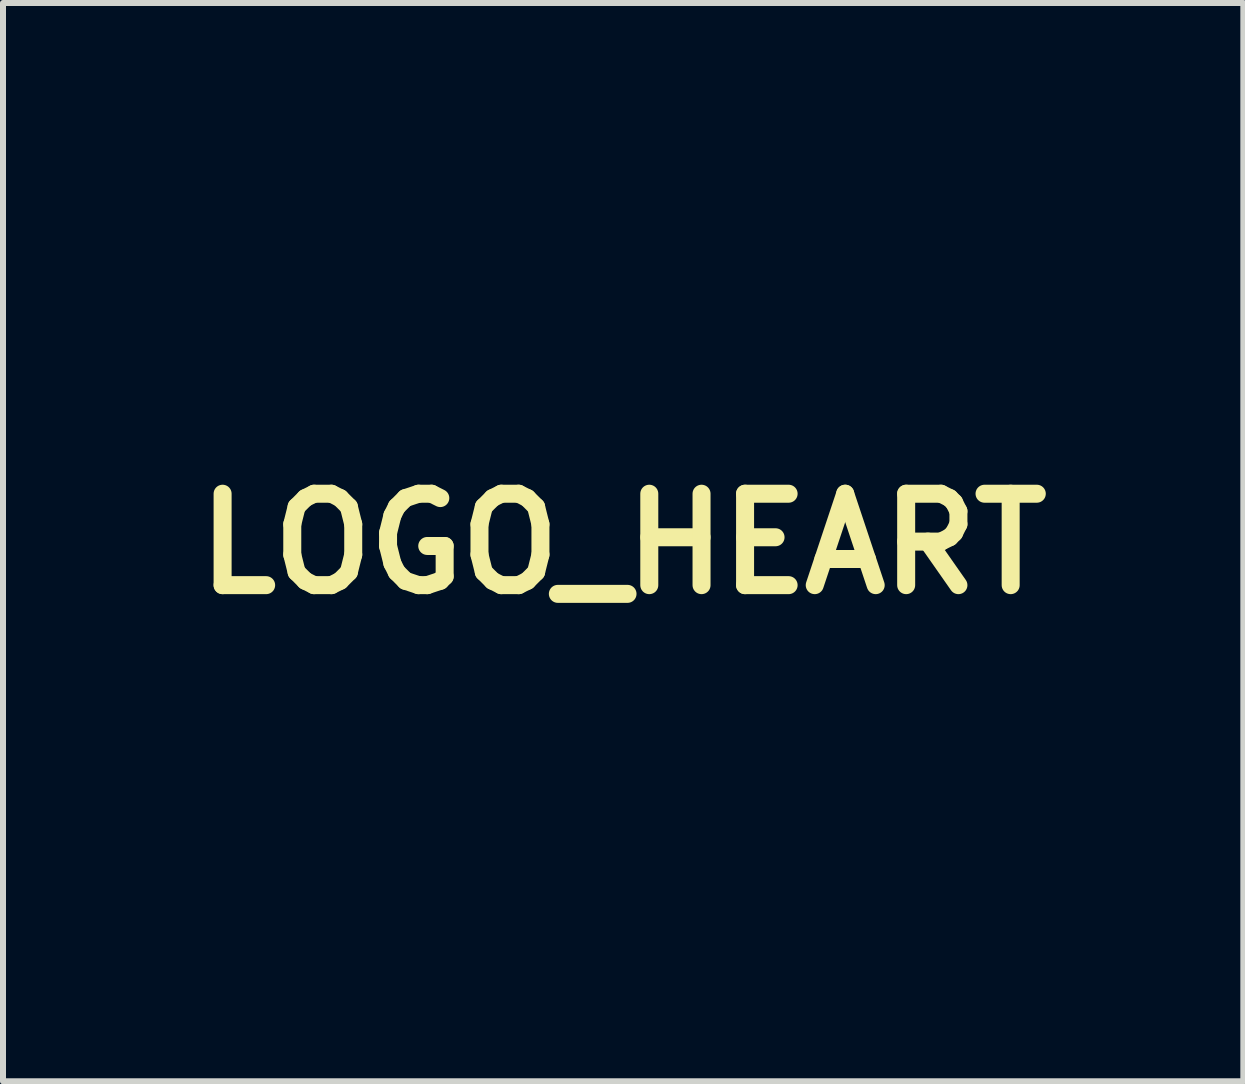
<source format=kicad_pcb>
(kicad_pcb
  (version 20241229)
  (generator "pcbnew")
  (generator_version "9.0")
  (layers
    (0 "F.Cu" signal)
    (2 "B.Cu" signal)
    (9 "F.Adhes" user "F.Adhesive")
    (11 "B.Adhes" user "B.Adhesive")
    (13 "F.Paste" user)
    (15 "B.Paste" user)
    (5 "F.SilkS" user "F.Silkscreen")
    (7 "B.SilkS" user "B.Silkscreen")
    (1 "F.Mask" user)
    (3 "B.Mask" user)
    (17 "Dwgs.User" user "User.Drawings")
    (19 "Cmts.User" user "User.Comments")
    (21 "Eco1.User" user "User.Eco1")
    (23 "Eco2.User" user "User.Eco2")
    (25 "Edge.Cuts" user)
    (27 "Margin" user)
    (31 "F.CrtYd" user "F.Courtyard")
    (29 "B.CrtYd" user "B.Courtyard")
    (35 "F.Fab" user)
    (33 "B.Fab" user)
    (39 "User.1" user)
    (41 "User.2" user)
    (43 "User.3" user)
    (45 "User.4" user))
  (footprint "LOGO_HEART"
    (layer "F.Cu")
    (at 7.337 6.014)
    (property "Reference" "LOGO_HEART" (at 0 0 0) (layer "F.SilkS") (effects (font (size 1.524 1.524) (thickness 0.3))))
    (attr through_hole)
    (fp_poly (pts (xy -1.408 -4.303) (xy -1.415 -4.296) (xy -1.422 -4.303) (xy -1.415 -4.311) (xy -1.408 -4.303)) (stroke (width 0.01) (type solid)) (fill yes) (layer "F.Mask"))
    (fp_poly (pts (xy 0.218 5.697) (xy 0.21 5.704) (xy 0.203 5.697) (xy 0.21 5.69) (xy 0.218 5.697)) (stroke (width 0.01) (type solid)) (fill yes) (layer "F.Mask"))
    (fp_poly (pts (xy -4.4 -0.738) (xy -4.335 -0.708) (xy -4.29 -0.658) (xy -4.263 -0.585) (xy -4.255 -0.521) (xy -4.25 -0.425) (xy -4.065 -0.24) (xy -3.88 -0.056) (xy -3.787 -0.053) (xy -3.715 -0.046) (xy -3.661 -0.025) (xy -3.615 0.014) (xy -3.591 0.043) (xy -3.57 0.091) (xy -3.561 0.154) (xy -3.565 0.221) (xy -3.58 0.282) (xy -3.598 0.315) (xy -3.653 0.366) (xy -3.723 0.397) (xy -3.799 0.407) (xy -3.872 0.394) (xy -3.9 0.381) (xy -3.958 0.339) (xy -3.995 0.286) (xy -4.014 0.215) (xy -4.018 0.173) (xy -4.024 0.076) (xy -4.21 -0.11) (xy -4.397 -0.296) (xy -4.469 -0.292) (xy -4.554 -0.3) (xy -4.625 -0.333) (xy -4.675 -0.382) (xy -4.699 -0.432) (xy -4.711 -0.496) (xy -4.711 -0.563) (xy -4.698 -0.623) (xy -4.682 -0.654) (xy -4.637 -0.704) (xy -4.591 -0.733) (xy -4.532 -0.746) (xy -4.485 -0.747) (xy -4.4 -0.738)) (stroke (width 0.01) (type solid)) (fill yes) (layer "F.Mask"))
    (fp_poly (pts (xy 0.598 3.683) (xy 0.664 3.721) (xy 0.68 3.735) (xy 0.734 3.788) (xy 1.488 3.788) (xy 1.661 3.962) (xy 1.834 4.135) (xy 1.915 4.133) (xy 2.002 4.142) (xy 2.072 4.174) (xy 2.122 4.227) (xy 2.152 4.301) (xy 2.16 4.353) (xy 2.154 4.432) (xy 2.124 4.498) (xy 2.067 4.556) (xy 2.058 4.562) (xy 2.012 4.583) (xy 1.952 4.595) (xy 1.89 4.596) (xy 1.843 4.586) (xy 1.775 4.542) (xy 1.727 4.48) (xy 1.702 4.404) (xy 1.7 4.352) (xy 1.704 4.281) (xy 1.56 4.136) (xy 1.416 3.991) (xy 0.744 3.991) (xy 0.705 4.042) (xy 0.646 4.1) (xy 0.578 4.13) (xy 0.524 4.137) (xy 0.445 4.124) (xy 0.379 4.088) (xy 0.33 4.034) (xy 0.299 3.966) (xy 0.29 3.889) (xy 0.304 3.814) (xy 0.338 3.75) (xy 0.391 3.703) (xy 0.456 3.676) (xy 0.527 3.669) (xy 0.598 3.683)) (stroke (width 0.01) (type solid)) (fill yes) (layer "F.Mask"))
    (fp_poly (pts (xy 5.373 -1.904) (xy 5.44 -1.866) (xy 5.476 -1.829) (xy 5.514 -1.785) (xy 6.443 -1.785) (xy 6.501 -1.847) (xy 6.533 -1.88) (xy 6.558 -1.898) (xy 6.587 -1.906) (xy 6.63 -1.909) (xy 6.657 -1.909) (xy 6.72 -1.906) (xy 6.762 -1.897) (xy 6.793 -1.881) (xy 6.794 -1.88) (xy 6.843 -1.836) (xy 6.872 -1.789) (xy 6.885 -1.731) (xy 6.887 -1.684) (xy 6.882 -1.613) (xy 6.864 -1.56) (xy 6.828 -1.516) (xy 6.794 -1.487) (xy 6.763 -1.47) (xy 6.721 -1.461) (xy 6.659 -1.459) (xy 6.657 -1.459) (xy 6.604 -1.459) (xy 6.57 -1.465) (xy 6.544 -1.478) (xy 6.517 -1.504) (xy 6.501 -1.52) (xy 6.443 -1.582) (xy 5.514 -1.582) (xy 5.476 -1.538) (xy 5.414 -1.485) (xy 5.341 -1.456) (xy 5.264 -1.452) (xy 5.187 -1.475) (xy 5.181 -1.478) (xy 5.119 -1.525) (xy 5.081 -1.587) (xy 5.066 -1.667) (xy 5.065 -1.684) (xy 5.078 -1.767) (xy 5.113 -1.834) (xy 5.169 -1.883) (xy 5.242 -1.911) (xy 5.295 -1.916) (xy 5.373 -1.904)) (stroke (width 0.01) (type solid)) (fill yes) (layer "F.Mask"))
    (fp_poly (pts (xy -1.873 3.106) (xy -1.872 3.106) (xy -1.817 3.142) (xy -1.783 3.187) (xy -1.766 3.248) (xy -1.762 3.306) (xy -1.761 3.398) (xy -1.65 3.51) (xy -1.539 3.622) (xy -1.539 4.368) (xy -1.479 4.424) (xy -1.442 4.462) (xy -1.422 4.496) (xy -1.413 4.538) (xy -1.412 4.553) (xy -1.414 4.642) (xy -1.439 4.715) (xy -1.486 4.769) (xy -1.554 4.803) (xy -1.623 4.815) (xy -1.682 4.815) (xy -1.727 4.805) (xy -1.763 4.786) (xy -1.822 4.74) (xy -1.856 4.681) (xy -1.869 4.604) (xy -1.868 4.566) (xy -1.863 4.515) (xy -1.852 4.481) (xy -1.83 4.451) (xy -1.802 4.424) (xy -1.742 4.368) (xy -1.742 3.693) (xy -1.822 3.614) (xy -1.863 3.574) (xy -1.893 3.55) (xy -1.918 3.54) (xy -1.949 3.537) (xy -1.978 3.538) (xy -2.061 3.53) (xy -2.13 3.498) (xy -2.182 3.446) (xy -2.213 3.377) (xy -2.221 3.312) (xy -2.211 3.232) (xy -2.179 3.169) (xy -2.124 3.12) (xy -2.116 3.115) (xy -2.035 3.083) (xy -1.954 3.08) (xy -1.873 3.106)) (stroke (width 0.01) (type solid)) (fill yes) (layer "F.Mask"))
    (fp_poly (pts (xy 3.013 -2.253) (xy 3.065 -2.236) (xy 3.109 -2.204) (xy 3.143 -2.163) (xy 3.163 -2.119) (xy 3.172 -2.059) (xy 3.171 -1.994) (xy 3.16 -1.936) (xy 3.143 -1.901) (xy 3.1 -1.852) (xy 3.056 -1.823) (xy 3 -1.81) (xy 2.942 -1.807) (xy 2.889 -1.808) (xy 2.854 -1.813) (xy 2.828 -1.826) (xy 2.801 -1.852) (xy 2.785 -1.869) (xy 2.728 -1.93) (xy 1.937 -1.93) (xy 1.215 -1.207) (xy 1.213 -1.115) (xy 1.209 -1.053) (xy 1.197 -1.009) (xy 1.18 -0.978) (xy 1.127 -0.928) (xy 1.059 -0.897) (xy 0.983 -0.885) (xy 0.907 -0.896) (xy 0.874 -0.91) (xy 0.816 -0.953) (xy 0.778 -1.012) (xy 0.758 -1.081) (xy 0.758 -1.154) (xy 0.778 -1.225) (xy 0.818 -1.286) (xy 0.848 -1.313) (xy 0.883 -1.332) (xy 0.93 -1.341) (xy 0.982 -1.344) (xy 1.077 -1.345) (xy 1.471 -1.739) (xy 1.865 -2.134) (xy 2.728 -2.134) (xy 2.785 -2.195) (xy 2.817 -2.228) (xy 2.842 -2.246) (xy 2.871 -2.255) (xy 2.915 -2.257) (xy 2.942 -2.257) (xy 3.013 -2.253)) (stroke (width 0.01) (type solid)) (fill yes) (layer "F.Mask"))
    (fp_poly (pts (xy 5.742 -3.597) (xy 5.806 -3.566) (xy 5.857 -3.514) (xy 5.873 -3.487) (xy 5.897 -3.407) (xy 5.896 -3.33) (xy 5.872 -3.261) (xy 5.827 -3.204) (xy 5.764 -3.163) (xy 5.686 -3.142) (xy 5.663 -3.141) (xy 5.586 -3.14) (xy 5.072 -2.627) (xy 4.027 -2.627) (xy 3.949 -2.548) (xy 3.909 -2.507) (xy 3.886 -2.477) (xy 3.874 -2.449) (xy 3.87 -2.414) (xy 3.869 -2.378) (xy 3.858 -2.294) (xy 3.827 -2.23) (xy 3.775 -2.183) (xy 3.751 -2.17) (xy 3.698 -2.155) (xy 3.634 -2.15) (xy 3.574 -2.154) (xy 3.549 -2.162) (xy 3.506 -2.189) (xy 3.464 -2.233) (xy 3.431 -2.282) (xy 3.417 -2.319) (xy 3.412 -2.405) (xy 3.431 -2.481) (xy 3.471 -2.542) (xy 3.528 -2.586) (xy 3.6 -2.608) (xy 3.659 -2.609) (xy 3.728 -2.603) (xy 3.954 -2.83) (xy 5.001 -2.83) (xy 5.217 -3.048) (xy 5.434 -3.265) (xy 5.435 -3.364) (xy 5.437 -3.422) (xy 5.444 -3.462) (xy 5.46 -3.494) (xy 5.475 -3.516) (xy 5.531 -3.568) (xy 5.598 -3.599) (xy 5.67 -3.609) (xy 5.742 -3.597)) (stroke (width 0.01) (type solid)) (fill yes) (layer "F.Mask"))
    (fp_poly (pts (xy -5.95 -2.51) (xy -5.878 -2.484) (xy -5.853 -2.468) (xy -5.799 -2.415) (xy -5.77 -2.348) (xy -5.764 -2.265) (xy -5.766 -2.249) (xy -5.768 -2.213) (xy -5.764 -2.187) (xy -5.751 -2.162) (xy -5.724 -2.132) (xy -5.691 -2.099) (xy -5.65 -2.059) (xy -5.621 -2.036) (xy -5.597 -2.026) (xy -5.569 -2.025) (xy -5.54 -2.028) (xy -5.458 -2.024) (xy -5.386 -1.996) (xy -5.327 -1.946) (xy -5.287 -1.879) (xy -5.272 -1.812) (xy -5.276 -1.727) (xy -5.305 -1.653) (xy -5.353 -1.594) (xy -5.417 -1.553) (xy -5.494 -1.535) (xy -5.572 -1.54) (xy -5.645 -1.57) (xy -5.709 -1.627) (xy -5.731 -1.656) (xy -5.75 -1.69) (xy -5.759 -1.724) (xy -5.76 -1.771) (xy -5.759 -1.796) (xy -5.754 -1.886) (xy -5.837 -1.969) (xy -5.88 -2.011) (xy -5.911 -2.035) (xy -5.936 -2.047) (xy -5.964 -2.049) (xy -5.985 -2.048) (xy -6.062 -2.057) (xy -6.127 -2.088) (xy -6.178 -2.138) (xy -6.213 -2.201) (xy -6.227 -2.272) (xy -6.219 -2.348) (xy -6.201 -2.395) (xy -6.157 -2.453) (xy -6.096 -2.493) (xy -6.024 -2.512) (xy -5.95 -2.51)) (stroke (width 0.01) (type solid)) (fill yes) (layer "F.Mask"))
    (fp_poly (pts (xy -5.144 -0.747) (xy -5.085 -0.736) (xy -5.05 -0.719) (xy -5.002 -0.676) (xy -4.973 -0.632) (xy -4.959 -0.576) (xy -4.957 -0.518) (xy -4.957 -0.465) (xy -4.962 -0.43) (xy -4.976 -0.405) (xy -5.002 -0.377) (xy -5.018 -0.361) (xy -5.08 -0.304) (xy -5.08 0.211) (xy -5.426 0.556) (xy -5.418 0.631) (xy -5.418 0.718) (xy -5.441 0.787) (xy -5.486 0.842) (xy -5.505 0.857) (xy -5.576 0.892) (xy -5.654 0.902) (xy -5.732 0.888) (xy -5.782 0.862) (xy -5.838 0.808) (xy -5.87 0.737) (xy -5.878 0.668) (xy -5.865 0.589) (xy -5.828 0.523) (xy -5.772 0.472) (xy -5.7 0.442) (xy -5.644 0.435) (xy -5.618 0.435) (xy -5.596 0.43) (xy -5.573 0.418) (xy -5.544 0.396) (xy -5.506 0.36) (xy -5.453 0.308) (xy -5.432 0.286) (xy -5.283 0.137) (xy -5.283 -0.304) (xy -5.345 -0.361) (xy -5.378 -0.393) (xy -5.396 -0.418) (xy -5.404 -0.448) (xy -5.406 -0.491) (xy -5.407 -0.518) (xy -5.402 -0.589) (xy -5.386 -0.641) (xy -5.353 -0.685) (xy -5.313 -0.719) (xy -5.269 -0.739) (xy -5.209 -0.748) (xy -5.144 -0.747)) (stroke (width 0.01) (type solid)) (fill yes) (layer "F.Mask"))
    (fp_poly (pts (xy 2.5 -0.96) (xy 2.565 -0.926) (xy 2.619 -0.872) (xy 2.64 -0.836) (xy 2.661 -0.791) (xy 2.668 -0.756) (xy 2.665 -0.716) (xy 2.66 -0.691) (xy 2.644 -0.617) (xy 2.753 -0.506) (xy 2.862 -0.396) (xy 2.959 -0.403) (xy 3.015 -0.405) (xy 3.053 -0.401) (xy 3.084 -0.389) (xy 3.106 -0.375) (xy 3.148 -0.336) (xy 3.186 -0.281) (xy 3.212 -0.223) (xy 3.222 -0.174) (xy 3.212 -0.123) (xy 3.185 -0.065) (xy 3.147 -0.012) (xy 3.108 0.025) (xy 3.044 0.052) (xy 2.971 0.059) (xy 2.901 0.046) (xy 2.859 0.025) (xy 2.799 -0.027) (xy 2.763 -0.087) (xy 2.747 -0.162) (xy 2.743 -0.195) (xy 2.736 -0.221) (xy 2.723 -0.247) (xy 2.7 -0.277) (xy 2.663 -0.317) (xy 2.609 -0.373) (xy 2.608 -0.374) (xy 2.546 -0.435) (xy 2.5 -0.475) (xy 2.469 -0.496) (xy 2.45 -0.5) (xy 2.421 -0.498) (xy 2.379 -0.505) (xy 2.369 -0.507) (xy 2.298 -0.54) (xy 2.244 -0.592) (xy 2.21 -0.657) (xy 2.197 -0.73) (xy 2.207 -0.805) (xy 2.239 -0.871) (xy 2.293 -0.928) (xy 2.358 -0.961) (xy 2.429 -0.972) (xy 2.5 -0.96)) (stroke (width 0.01) (type solid)) (fill yes) (layer "F.Mask"))
    (fp_poly (pts (xy -2.978 -5.998) (xy -2.912 -5.964) (xy -2.869 -5.922) (xy -2.832 -5.878) (xy -1.268 -5.878) (xy -1.004 -5.613) (xy -0.741 -5.348) (xy -0.642 -5.348) (xy -0.583 -5.346) (xy -0.542 -5.338) (xy -0.508 -5.322) (xy -0.495 -5.314) (xy -0.45 -5.267) (xy -0.414 -5.205) (xy -0.394 -5.14) (xy -0.392 -5.117) (xy -0.403 -5.06) (xy -0.43 -4.999) (xy -0.469 -4.947) (xy -0.499 -4.922) (xy -0.559 -4.896) (xy -0.626 -4.884) (xy -0.688 -4.887) (xy -0.698 -4.89) (xy -0.767 -4.925) (xy -0.821 -4.979) (xy -0.856 -5.044) (xy -0.869 -5.115) (xy -0.867 -5.137) (xy -0.865 -5.155) (xy -0.866 -5.172) (xy -0.873 -5.189) (xy -0.888 -5.212) (xy -0.913 -5.241) (xy -0.95 -5.281) (xy -1.003 -5.335) (xy -1.072 -5.405) (xy -1.101 -5.434) (xy -1.343 -5.675) (xy -2.087 -5.675) (xy -2.831 -5.675) (xy -2.874 -5.626) (xy -2.932 -5.576) (xy -2.996 -5.55) (xy -3.074 -5.547) (xy -3.078 -5.548) (xy -3.151 -5.564) (xy -3.207 -5.599) (xy -3.252 -5.658) (xy -3.263 -5.679) (xy -3.285 -5.732) (xy -3.291 -5.777) (xy -3.288 -5.803) (xy -3.262 -5.885) (xy -3.216 -5.948) (xy -3.152 -5.99) (xy -3.075 -6.008) (xy -3.058 -6.009) (xy -2.978 -5.998)) (stroke (width 0.01) (type solid)) (fill yes) (layer "F.Mask"))
    (fp_poly (pts (xy -6.241 -0.77) (xy -6.177 -0.733) (xy -6.127 -0.677) (xy -6.096 -0.608) (xy -6.086 -0.531) (xy -6.088 -0.515) (xy -6.091 -0.476) (xy -6.088 -0.449) (xy -6.075 -0.425) (xy -6.047 -0.395) (xy -6.02 -0.368) (xy -5.979 -0.33) (xy -5.95 -0.308) (xy -5.922 -0.297) (xy -5.884 -0.294) (xy -5.854 -0.294) (xy -5.795 -0.292) (xy -5.752 -0.282) (xy -5.712 -0.261) (xy -5.705 -0.256) (xy -5.645 -0.202) (xy -5.609 -0.137) (xy -5.594 -0.066) (xy -5.6 0.005) (xy -5.625 0.072) (xy -5.667 0.129) (xy -5.727 0.172) (xy -5.802 0.196) (xy -5.825 0.199) (xy -5.884 0.197) (xy -5.934 0.187) (xy -5.944 0.184) (xy -6.009 0.138) (xy -6.058 0.074) (xy -6.086 -0.003) (xy -6.089 -0.084) (xy -6.089 -0.086) (xy -6.085 -0.12) (xy -6.088 -0.145) (xy -6.101 -0.169) (xy -6.128 -0.199) (xy -6.161 -0.232) (xy -6.203 -0.272) (xy -6.234 -0.296) (xy -6.261 -0.308) (xy -6.295 -0.312) (xy -6.319 -0.313) (xy -6.403 -0.326) (xy -6.471 -0.362) (xy -6.521 -0.419) (xy -6.533 -0.441) (xy -6.556 -0.513) (xy -6.555 -0.58) (xy -6.529 -0.651) (xy -6.528 -0.654) (xy -6.483 -0.713) (xy -6.419 -0.757) (xy -6.347 -0.781) (xy -6.314 -0.784) (xy -6.241 -0.77)) (stroke (width 0.01) (type solid)) (fill yes) (layer "F.Mask"))
    (fp_poly (pts (xy 4.795 -1.307) (xy 4.845 -1.281) (xy 4.882 -1.253) (xy 4.908 -1.226) (xy 4.914 -1.216) (xy 4.918 -1.21) (xy 4.925 -1.204) (xy 4.94 -1.2) (xy 4.964 -1.197) (xy 5.001 -1.195) (xy 5.052 -1.193) (xy 5.12 -1.191) (xy 5.208 -1.191) (xy 5.319 -1.19) (xy 5.455 -1.19) (xy 5.534 -1.19) (xy 6.146 -1.19) (xy 6.429 -0.909) (xy 6.535 -0.908) (xy 6.594 -0.906) (xy 6.634 -0.9) (xy 6.664 -0.887) (xy 6.686 -0.871) (xy 6.742 -0.809) (xy 6.772 -0.737) (xy 6.776 -0.659) (xy 6.754 -0.58) (xy 6.742 -0.558) (xy 6.706 -0.511) (xy 6.663 -0.477) (xy 6.657 -0.474) (xy 6.59 -0.455) (xy 6.514 -0.453) (xy 6.443 -0.468) (xy 6.435 -0.471) (xy 6.38 -0.51) (xy 6.339 -0.569) (xy 6.316 -0.64) (xy 6.314 -0.675) (xy 6.313 -0.707) (xy 6.309 -0.732) (xy 6.297 -0.756) (xy 6.275 -0.785) (xy 6.238 -0.823) (xy 6.194 -0.868) (xy 6.074 -0.987) (xy 4.934 -0.987) (xy 4.891 -0.938) (xy 4.832 -0.887) (xy 4.766 -0.861) (xy 4.69 -0.859) (xy 4.61 -0.88) (xy 4.548 -0.922) (xy 4.506 -0.984) (xy 4.486 -1.063) (xy 4.485 -1.091) (xy 4.498 -1.169) (xy 4.532 -1.234) (xy 4.584 -1.282) (xy 4.649 -1.312) (xy 4.72 -1.321) (xy 4.795 -1.307)) (stroke (width 0.01) (type solid)) (fill yes) (layer "F.Mask"))
    (fp_poly (pts (xy 4.39 -5.501) (xy 4.455 -5.467) (xy 4.506 -5.417) (xy 4.521 -5.391) (xy 4.541 -5.322) (xy 4.54 -5.249) (xy 4.521 -5.181) (xy 4.491 -5.136) (xy 4.431 -5.085) (xy 4.37 -5.058) (xy 4.298 -5.053) (xy 4.294 -5.053) (xy 4.222 -5.057) (xy 3.878 -4.713) (xy 3.534 -4.369) (xy 2.574 -4.369) (xy 2.383 -4.369) (xy 2.22 -4.369) (xy 2.081 -4.368) (xy 1.965 -4.368) (xy 1.87 -4.367) (xy 1.794 -4.366) (xy 1.734 -4.365) (xy 1.689 -4.363) (xy 1.656 -4.361) (xy 1.633 -4.358) (xy 1.618 -4.354) (xy 1.61 -4.35) (xy 1.606 -4.345) (xy 1.604 -4.34) (xy 1.586 -4.316) (xy 1.553 -4.287) (xy 1.533 -4.275) (xy 1.46 -4.245) (xy 1.382 -4.238) (xy 1.31 -4.253) (xy 1.281 -4.267) (xy 1.222 -4.319) (xy 1.187 -4.387) (xy 1.176 -4.467) (xy 1.185 -4.547) (xy 1.213 -4.609) (xy 1.264 -4.659) (xy 1.274 -4.666) (xy 1.344 -4.697) (xy 1.422 -4.703) (xy 1.499 -4.683) (xy 1.536 -4.663) (xy 1.573 -4.635) (xy 1.599 -4.608) (xy 1.605 -4.598) (xy 1.608 -4.593) (xy 1.614 -4.588) (xy 1.627 -4.584) (xy 1.647 -4.581) (xy 1.678 -4.579) (xy 1.72 -4.577) (xy 1.777 -4.575) (xy 1.85 -4.574) (xy 1.941 -4.573) (xy 2.054 -4.572) (xy 2.188 -4.572) (xy 2.348 -4.572) (xy 2.535 -4.572) (xy 3.46 -4.572) (xy 3.769 -4.88) (xy 4.078 -5.189) (xy 4.078 -5.273) (xy 4.086 -5.353) (xy 4.111 -5.415) (xy 4.157 -5.464) (xy 4.176 -5.479) (xy 4.243 -5.508) (xy 4.317 -5.515) (xy 4.39 -5.501)) (stroke (width 0.01) (type solid)) (fill yes) (layer "F.Mask"))
    (fp_poly (pts (xy 5.191 -4.682) (xy 5.218 -4.67) (xy 5.275 -4.623) (xy 5.311 -4.561) (xy 5.327 -4.492) (xy 5.322 -4.421) (xy 5.297 -4.353) (xy 5.252 -4.297) (xy 5.216 -4.271) (xy 5.168 -4.25) (xy 5.118 -4.239) (xy 5.107 -4.238) (xy 5.086 -4.237) (xy 5.066 -4.23) (xy 5.042 -4.216) (xy 5.011 -4.191) (xy 4.97 -4.153) (xy 4.914 -4.099) (xy 4.864 -4.049) (xy 4.674 -3.861) (xy 3.506 -3.861) (xy 3.045 -3.396) (xy 2.584 -2.932) (xy 1.188 -2.932) (xy 0.218 -1.958) (xy 0.218 -1.874) (xy 0.207 -1.79) (xy 0.172 -1.721) (xy 0.114 -1.665) (xy 0.067 -1.644) (xy 0.007 -1.632) (xy -0.055 -1.631) (xy -0.102 -1.641) (xy -0.17 -1.685) (xy -0.218 -1.747) (xy -0.243 -1.824) (xy -0.247 -1.865) (xy -0.234 -1.948) (xy -0.197 -2.015) (xy -0.137 -2.066) (xy -0.083 -2.09) (xy -0.032 -2.099) (xy 0.017 -2.099) (xy 0.022 -2.098) (xy 0.034 -2.096) (xy 0.045 -2.097) (xy 0.059 -2.101) (xy 0.076 -2.111) (xy 0.099 -2.128) (xy 0.129 -2.154) (xy 0.168 -2.19) (xy 0.219 -2.239) (xy 0.282 -2.301) (xy 0.36 -2.378) (xy 0.455 -2.472) (xy 0.568 -2.585) (xy 0.587 -2.604) (xy 1.102 -3.12) (xy 2.497 -3.122) (xy 3.424 -4.049) (xy 4.005 -4.05) (xy 4.586 -4.051) (xy 4.739 -4.202) (xy 4.799 -4.262) (xy 4.84 -4.306) (xy 4.866 -4.336) (xy 4.878 -4.358) (xy 4.881 -4.373) (xy 4.877 -4.382) (xy 4.865 -4.427) (xy 4.864 -4.485) (xy 4.872 -4.546) (xy 4.883 -4.578) (xy 4.92 -4.633) (xy 4.977 -4.672) (xy 5.045 -4.695) (xy 5.119 -4.699) (xy 5.191 -4.682)) (stroke (width 0.01) (type solid)) (fill yes) (layer "F.Mask"))
    (fp_poly (pts (xy 2.605 -4.078) (xy 2.668 -4.044) (xy 2.738 -3.982) (xy 2.784 -3.908) (xy 2.805 -3.818) (xy 2.807 -3.774) (xy 2.796 -3.676) (xy 2.761 -3.596) (xy 2.701 -3.528) (xy 2.668 -3.503) (xy 2.582 -3.462) (xy 2.492 -3.446) (xy 2.403 -3.455) (xy 2.32 -3.488) (xy 2.248 -3.542) (xy 2.198 -3.606) (xy 2.16 -3.672) (xy 0.84 -3.672) (xy 0.816 -3.626) (xy 0.772 -3.563) (xy 0.714 -3.507) (xy 0.67 -3.477) (xy 0.605 -3.456) (xy 0.528 -3.447) (xy 0.454 -3.453) (xy 0.426 -3.46) (xy 0.338 -3.501) (xy 0.271 -3.561) (xy 0.24 -3.605) (xy 0.203 -3.694) (xy 0.193 -3.776) (xy 0.392 -3.776) (xy 0.402 -3.726) (xy 0.431 -3.684) (xy 0.48 -3.649) (xy 0.533 -3.643) (xy 0.586 -3.665) (xy 0.611 -3.686) (xy 0.646 -3.737) (xy 0.651 -3.775) (xy 2.351 -3.775) (xy 2.364 -3.718) (xy 2.396 -3.676) (xy 2.441 -3.65) (xy 2.493 -3.645) (xy 2.546 -3.662) (xy 2.572 -3.682) (xy 2.604 -3.73) (xy 2.612 -3.782) (xy 2.598 -3.832) (xy 2.567 -3.873) (xy 2.519 -3.899) (xy 2.482 -3.904) (xy 2.427 -3.891) (xy 2.383 -3.857) (xy 2.356 -3.808) (xy 2.351 -3.775) (xy 0.651 -3.775) (xy 0.653 -3.79) (xy 0.633 -3.842) (xy 0.612 -3.865) (xy 0.563 -3.897) (xy 0.514 -3.904) (xy 0.467 -3.892) (xy 0.429 -3.863) (xy 0.402 -3.823) (xy 0.392 -3.776) (xy 0.193 -3.776) (xy 0.192 -3.783) (xy 0.205 -3.868) (xy 0.24 -3.945) (xy 0.295 -4.011) (xy 0.367 -4.061) (xy 0.453 -4.092) (xy 0.53 -4.1) (xy 0.623 -4.087) (xy 0.706 -4.047) (xy 0.775 -3.982) (xy 0.816 -3.921) (xy 0.84 -3.875) (xy 2.16 -3.875) (xy 2.204 -3.946) (xy 2.264 -4.019) (xy 2.34 -4.07) (xy 2.425 -4.097) (xy 2.515 -4.1) (xy 2.605 -4.078)) (stroke (width 0.01) (type solid)) (fill yes) (layer "F.Mask"))
    (fp_poly (pts (xy -1.481 2.354) (xy -1.39 2.374) (xy -1.312 2.417) (xy -1.25 2.478) (xy -1.207 2.555) (xy -1.187 2.642) (xy -1.191 2.735) (xy -1.197 2.76) (xy -1.218 2.838) (xy -1.001 3.055) (xy -0.784 3.273) (xy -0.784 4.668) (xy -0.708 4.718) (xy -0.635 4.782) (xy -0.586 4.859) (xy -0.56 4.945) (xy -0.56 5.036) (xy -0.585 5.126) (xy -0.63 5.203) (xy -0.689 5.258) (xy -0.766 5.296) (xy -0.852 5.316) (xy -0.94 5.314) (xy -0.975 5.307) (xy -1.064 5.269) (xy -1.134 5.21) (xy -1.182 5.133) (xy -1.207 5.042) (xy -1.21 4.994) (xy -1.016 4.994) (xy -1.004 5.051) (xy -0.972 5.093) (xy -0.926 5.118) (xy -0.874 5.122) (xy -0.822 5.105) (xy -0.795 5.085) (xy -0.762 5.036) (xy -0.754 4.984) (xy -0.767 4.934) (xy -0.799 4.893) (xy -0.848 4.868) (xy -0.888 4.862) (xy -0.947 4.875) (xy -0.99 4.91) (xy -1.013 4.963) (xy -1.016 4.994) (xy -1.21 4.994) (xy -1.211 4.986) (xy -1.198 4.895) (xy -1.164 4.815) (xy -1.112 4.75) (xy -1.046 4.706) (xy -1.02 4.696) (xy -0.987 4.686) (xy -0.987 3.345) (xy -1.361 2.972) (xy -1.409 2.988) (xy -1.497 3.005) (xy -1.585 2.996) (xy -1.668 2.965) (xy -1.739 2.913) (xy -1.794 2.845) (xy -1.822 2.781) (xy -1.84 2.684) (xy -1.84 2.682) (xy -1.64 2.682) (xy -1.627 2.735) (xy -1.597 2.779) (xy -1.562 2.801) (xy -1.532 2.812) (xy -1.507 2.813) (xy -1.476 2.802) (xy -1.462 2.796) (xy -1.412 2.762) (xy -1.386 2.712) (xy -1.385 2.649) (xy -1.385 2.649) (xy -1.407 2.597) (xy -1.447 2.562) (xy -1.498 2.547) (xy -1.552 2.554) (xy -1.604 2.584) (xy -1.607 2.586) (xy -1.634 2.63) (xy -1.64 2.682) (xy -1.84 2.682) (xy -1.834 2.598) (xy -1.8 2.52) (xy -1.754 2.459) (xy -1.682 2.398) (xy -1.601 2.363) (xy -1.508 2.353) (xy -1.481 2.354)) (stroke (width 0.01) (type solid)) (fill yes) (layer "F.Mask"))
    (fp_poly (pts (xy -6.48 -3.325) (xy -6.399 -3.289) (xy -6.332 -3.234) (xy -6.282 -3.164) (xy -6.253 -3.083) (xy -6.247 -2.995) (xy -6.265 -2.905) (xy -6.284 -2.861) (xy -6.323 -2.804) (xy -6.375 -2.753) (xy -6.43 -2.717) (xy -6.44 -2.713) (xy -6.473 -2.7) (xy -6.473 -1.952) (xy -5.928 -1.407) (xy -5.834 -1.431) (xy -5.775 -1.444) (xy -5.731 -1.448) (xy -5.691 -1.442) (xy -5.681 -1.439) (xy -5.595 -1.402) (xy -5.526 -1.345) (xy -5.474 -1.273) (xy -5.443 -1.191) (xy -5.433 -1.105) (xy -5.448 -1.018) (xy -5.48 -0.95) (xy -5.538 -0.88) (xy -5.612 -0.828) (xy -5.695 -0.796) (xy -5.781 -0.787) (xy -5.864 -0.802) (xy -5.865 -0.803) (xy -5.955 -0.85) (xy -6.023 -0.916) (xy -6.044 -0.948) (xy -6.081 -1.033) (xy -6.092 -1.118) (xy -6.088 -1.143) (xy -5.891 -1.143) (xy -5.89 -1.092) (xy -5.865 -1.041) (xy -5.854 -1.028) (xy -5.804 -0.993) (xy -5.75 -0.985) (xy -5.699 -1.005) (xy -5.669 -1.032) (xy -5.639 -1.085) (xy -5.634 -1.14) (xy -5.651 -1.189) (xy -5.689 -1.227) (xy -5.726 -1.242) (xy -5.786 -1.245) (xy -5.835 -1.226) (xy -5.871 -1.19) (xy -5.891 -1.143) (xy -6.088 -1.143) (xy -6.081 -1.191) (xy -6.063 -1.266) (xy -6.37 -1.573) (xy -6.677 -1.88) (xy -6.677 -2.694) (xy -6.753 -2.744) (xy -6.828 -2.809) (xy -6.878 -2.886) (xy -6.903 -2.972) (xy -6.902 -3.012) (xy -6.706 -3.012) (xy -6.693 -2.954) (xy -6.658 -2.913) (xy -6.605 -2.891) (xy -6.575 -2.888) (xy -6.523 -2.896) (xy -6.483 -2.921) (xy -6.48 -2.924) (xy -6.452 -2.97) (xy -6.446 -3.022) (xy -6.461 -3.073) (xy -6.492 -3.116) (xy -6.537 -3.143) (xy -6.575 -3.15) (xy -6.626 -3.136) (xy -6.67 -3.102) (xy -6.698 -3.053) (xy -6.706 -3.012) (xy -6.902 -3.012) (xy -6.9 -3.064) (xy -6.887 -3.115) (xy -6.843 -3.201) (xy -6.779 -3.269) (xy -6.699 -3.315) (xy -6.606 -3.337) (xy -6.575 -3.338) (xy -6.48 -3.325)) (stroke (width 0.01) (type solid)) (fill yes) (layer "F.Mask"))
    (fp_poly (pts (xy 2.015 -1.537) (xy 2.091 -1.509) (xy 2.156 -1.46) (xy 2.206 -1.392) (xy 2.209 -1.386) (xy 2.241 -1.321) (xy 2.983 -1.321) (xy 3.795 -0.508) (xy 4.453 -0.508) (xy 4.492 -0.574) (xy 4.549 -0.647) (xy 4.618 -0.697) (xy 4.695 -0.726) (xy 4.776 -0.733) (xy 4.856 -0.722) (xy 4.931 -0.692) (xy 4.997 -0.645) (xy 5.05 -0.582) (xy 5.085 -0.504) (xy 5.099 -0.413) (xy 5.099 -0.406) (xy 5.086 -0.315) (xy 5.05 -0.234) (xy 4.995 -0.167) (xy 4.926 -0.116) (xy 4.846 -0.084) (xy 4.76 -0.075) (xy 4.673 -0.092) (xy 4.672 -0.093) (xy 4.584 -0.138) (xy 4.515 -0.204) (xy 4.491 -0.24) (xy 4.453 -0.305) (xy 3.723 -0.305) (xy 3.63 -0.397) (xy 4.643 -0.397) (xy 4.656 -0.351) (xy 4.684 -0.312) (xy 4.723 -0.286) (xy 4.77 -0.276) (xy 4.82 -0.287) (xy 4.863 -0.318) (xy 4.898 -0.367) (xy 4.906 -0.406) (xy 4.893 -0.456) (xy 4.863 -0.495) (xy 4.812 -0.53) (xy 4.758 -0.538) (xy 4.706 -0.519) (xy 4.681 -0.497) (xy 4.65 -0.447) (xy 4.643 -0.397) (xy 3.63 -0.397) (xy 3.317 -0.711) (xy 2.91 -1.118) (xy 2.241 -1.118) (xy 2.211 -1.055) (xy 2.163 -0.988) (xy 2.095 -0.936) (xy 2.013 -0.902) (xy 1.925 -0.89) (xy 1.878 -0.894) (xy 1.79 -0.92) (xy 1.717 -0.969) (xy 1.66 -1.034) (xy 1.621 -1.112) (xy 1.602 -1.197) (xy 1.604 -1.22) (xy 1.799 -1.22) (xy 1.809 -1.17) (xy 1.837 -1.128) (xy 1.874 -1.099) (xy 1.92 -1.089) (xy 1.93 -1.089) (xy 1.979 -1.096) (xy 2.017 -1.121) (xy 2.024 -1.128) (xy 2.056 -1.181) (xy 2.061 -1.237) (xy 2.039 -1.29) (xy 2.02 -1.311) (xy 1.971 -1.342) (xy 1.922 -1.349) (xy 1.875 -1.337) (xy 1.836 -1.308) (xy 1.81 -1.268) (xy 1.799 -1.22) (xy 1.604 -1.22) (xy 1.607 -1.284) (xy 1.637 -1.37) (xy 1.645 -1.383) (xy 1.7 -1.453) (xy 1.77 -1.504) (xy 1.849 -1.535) (xy 1.932 -1.546) (xy 2.015 -1.537)) (stroke (width 0.01) (type solid)) (fill yes) (layer "F.Mask"))
    (fp_poly (pts (xy -3.001 -5.354) (xy -2.951 -5.335) (xy -2.876 -5.285) (xy -2.818 -5.218) (xy -2.781 -5.138) (xy -2.765 -5.052) (xy -2.773 -4.965) (xy -2.795 -4.905) (xy -2.801 -4.892) (xy -2.801 -4.878) (xy -2.795 -4.862) (xy -2.779 -4.84) (xy -2.752 -4.808) (xy -2.71 -4.764) (xy -2.651 -4.705) (xy -2.601 -4.654) (xy -2.387 -4.441) (xy -1.671 -4.441) (xy -1.654 -4.493) (xy -1.62 -4.559) (xy -1.567 -4.621) (xy -1.504 -4.669) (xy -1.494 -4.674) (xy -1.403 -4.707) (xy -1.312 -4.711) (xy -1.221 -4.687) (xy -1.15 -4.649) (xy -1.087 -4.592) (xy -1.043 -4.519) (xy -1.02 -4.436) (xy -1.018 -4.349) (xy -1.037 -4.264) (xy -1.078 -4.187) (xy -1.1 -4.161) (xy -1.169 -4.106) (xy -1.249 -4.07) (xy -1.334 -4.055) (xy -1.416 -4.062) (xy -1.44 -4.069) (xy -1.512 -4.102) (xy -1.568 -4.145) (xy -1.613 -4.194) (xy -1.659 -4.253) (xy -2.479 -4.253) (xy -2.61 -4.384) (xy -1.475 -4.384) (xy -1.464 -4.333) (xy -1.435 -4.29) (xy -1.391 -4.261) (xy -1.344 -4.253) (xy -1.297 -4.262) (xy -1.259 -4.282) (xy -1.222 -4.328) (xy -1.21 -4.383) (xy -1.226 -4.44) (xy -1.264 -4.488) (xy -1.315 -4.512) (xy -1.371 -4.511) (xy -1.426 -4.484) (xy -1.432 -4.479) (xy -1.465 -4.435) (xy -1.475 -4.384) (xy -2.61 -4.384) (xy -2.717 -4.491) (xy -2.955 -4.729) (xy -3.052 -4.721) (xy -3.152 -4.723) (xy -3.237 -4.747) (xy -3.31 -4.796) (xy -3.33 -4.815) (xy -3.386 -4.892) (xy -3.417 -4.979) (xy -3.42 -5.031) (xy -3.222 -5.031) (xy -3.209 -4.979) (xy -3.175 -4.938) (xy -3.126 -4.913) (xy -3.078 -4.911) (xy -3.028 -4.93) (xy -2.994 -4.957) (xy -2.965 -5.009) (xy -2.961 -5.064) (xy -2.982 -5.115) (xy -3.026 -5.153) (xy -3.042 -5.161) (xy -3.081 -5.174) (xy -3.113 -5.171) (xy -3.141 -5.161) (xy -3.19 -5.131) (xy -3.215 -5.086) (xy -3.222 -5.031) (xy -3.42 -5.031) (xy -3.422 -5.069) (xy -3.401 -5.157) (xy -3.354 -5.24) (xy -3.343 -5.253) (xy -3.27 -5.318) (xy -3.186 -5.357) (xy -3.095 -5.369) (xy -3.001 -5.354)) (stroke (width 0.01) (type solid)) (fill yes) (layer "F.Mask"))
    (fp_poly (pts (xy 0.427 2.959) (xy 0.512 2.996) (xy 0.582 3.058) (xy 0.626 3.124) (xy 0.654 3.179) (xy 2.743 3.179) (xy 2.771 3.122) (xy 2.826 3.044) (xy 2.899 2.988) (xy 2.987 2.956) (xy 3.088 2.949) (xy 3.091 2.949) (xy 3.151 2.955) (xy 3.195 2.967) (xy 3.237 2.991) (xy 3.253 3.002) (xy 3.321 3.066) (xy 3.365 3.14) (xy 3.388 3.22) (xy 3.39 3.303) (xy 3.372 3.383) (xy 3.337 3.456) (xy 3.284 3.518) (xy 3.216 3.565) (xy 3.134 3.593) (xy 3.073 3.599) (xy 2.982 3.587) (xy 2.899 3.552) (xy 2.83 3.499) (xy 2.78 3.43) (xy 2.779 3.427) (xy 2.75 3.368) (xy 1.697 3.367) (xy 0.644 3.367) (xy 0.619 3.425) (xy 0.58 3.484) (xy 0.521 3.537) (xy 0.453 3.576) (xy 0.437 3.583) (xy 0.37 3.596) (xy 0.296 3.597) (xy 0.229 3.586) (xy 0.208 3.579) (xy 0.127 3.529) (xy 0.065 3.464) (xy 0.024 3.386) (xy 0.004 3.302) (xy 0.005 3.266) (xy 0.203 3.266) (xy 0.209 3.316) (xy 0.23 3.354) (xy 0.271 3.385) (xy 0.328 3.41) (xy 0.341 3.406) (xy 0.371 3.396) (xy 0.376 3.395) (xy 0.422 3.365) (xy 0.453 3.318) (xy 0.459 3.283) (xy 2.934 3.283) (xy 2.951 3.335) (xy 2.992 3.377) (xy 3.01 3.388) (xy 3.041 3.403) (xy 3.06 3.408) (xy 3.081 3.404) (xy 3.114 3.39) (xy 3.163 3.357) (xy 3.191 3.311) (xy 3.197 3.259) (xy 3.186 3.223) (xy 3.146 3.169) (xy 3.098 3.141) (xy 3.045 3.138) (xy 2.993 3.162) (xy 2.974 3.178) (xy 2.941 3.228) (xy 2.934 3.283) (xy 0.459 3.283) (xy 0.463 3.263) (xy 0.451 3.209) (xy 0.45 3.207) (xy 0.421 3.176) (xy 0.377 3.15) (xy 0.331 3.136) (xy 0.319 3.135) (xy 0.281 3.148) (xy 0.244 3.179) (xy 0.215 3.221) (xy 0.203 3.264) (xy 0.203 3.266) (xy 0.005 3.266) (xy 0.007 3.216) (xy 0.034 3.132) (xy 0.083 3.06) (xy 0.154 2.997) (xy 0.231 2.96) (xy 0.318 2.946) (xy 0.326 2.946) (xy 0.427 2.959)) (stroke (width 0.01) (type solid)) (fill yes) (layer "F.Mask"))
    (fp_poly (pts (xy 6.449 -3.405) (xy 6.527 -3.38) (xy 6.603 -3.335) (xy 6.665 -3.275) (xy 6.691 -3.237) (xy 6.72 -3.158) (xy 6.728 -3.07) (xy 6.717 -2.982) (xy 6.694 -2.921) (xy 6.642 -2.851) (xy 6.571 -2.796) (xy 6.488 -2.762) (xy 6.401 -2.749) (xy 6.332 -2.757) (xy 6.265 -2.774) (xy 5.901 -2.41) (xy 5.537 -2.047) (xy 4.608 -2.047) (xy 4.376 -1.814) (xy 4.144 -1.582) (xy 3.851 -1.582) (xy 3.806 -1.511) (xy 3.745 -1.437) (xy 3.667 -1.386) (xy 3.579 -1.36) (xy 3.484 -1.36) (xy 3.436 -1.37) (xy 3.35 -1.408) (xy 3.282 -1.467) (xy 3.235 -1.544) (xy 3.211 -1.636) (xy 3.208 -1.684) (xy 3.396 -1.684) (xy 3.409 -1.631) (xy 3.443 -1.589) (xy 3.491 -1.562) (xy 3.546 -1.554) (xy 3.6 -1.568) (xy 3.602 -1.569) (xy 3.627 -1.592) (xy 3.65 -1.629) (xy 3.652 -1.634) (xy 3.664 -1.673) (xy 3.662 -1.705) (xy 3.652 -1.733) (xy 3.62 -1.783) (xy 3.574 -1.809) (xy 3.527 -1.814) (xy 3.477 -1.801) (xy 3.434 -1.768) (xy 3.404 -1.722) (xy 3.396 -1.684) (xy 3.208 -1.684) (xy 3.22 -1.775) (xy 3.255 -1.859) (xy 3.308 -1.928) (xy 3.377 -1.977) (xy 3.41 -1.991) (xy 3.507 -2.01) (xy 3.601 -2.003) (xy 3.687 -1.971) (xy 3.761 -1.915) (xy 3.806 -1.856) (xy 3.851 -1.785) (xy 4.072 -1.785) (xy 4.303 -2.017) (xy 4.535 -2.25) (xy 5.464 -2.25) (xy 5.794 -2.579) (xy 6.123 -2.908) (xy 6.099 -2.953) (xy 6.082 -3.009) (xy 6.078 -3.055) (xy 6.273 -3.055) (xy 6.299 -3.004) (xy 6.313 -2.989) (xy 6.364 -2.954) (xy 6.418 -2.947) (xy 6.471 -2.969) (xy 6.491 -2.985) (xy 6.524 -3.034) (xy 6.534 -3.087) (xy 6.521 -3.137) (xy 6.489 -3.178) (xy 6.441 -3.203) (xy 6.403 -3.208) (xy 6.358 -3.202) (xy 6.324 -3.181) (xy 6.308 -3.163) (xy 6.276 -3.108) (xy 6.273 -3.055) (xy 6.078 -3.055) (xy 6.077 -3.079) (xy 6.084 -3.151) (xy 6.104 -3.214) (xy 6.156 -3.292) (xy 6.226 -3.353) (xy 6.308 -3.392) (xy 6.397 -3.408) (xy 6.449 -3.405)) (stroke (width 0.01) (type solid)) (fill yes) (layer "F.Mask"))
    (fp_poly (pts (xy 0.163 0.68) (xy 0.245 0.71) (xy 0.319 0.762) (xy 0.38 0.836) (xy 0.399 0.869) (xy 0.416 0.925) (xy 0.423 0.995) (xy 0.42 1.065) (xy 0.406 1.118) (xy 0.387 1.164) (xy 0.58 1.357) (xy 0.773 1.55) (xy 0.821 1.53) (xy 0.908 1.508) (xy 0.997 1.512) (xy 1.081 1.54) (xy 1.156 1.588) (xy 1.215 1.655) (xy 1.241 1.704) (xy 1.261 1.783) (xy 1.26 1.87) (xy 1.242 1.955) (xy 1.206 2.03) (xy 1.166 2.078) (xy 1.096 2.124) (xy 1.012 2.151) (xy 0.924 2.16) (xy 0.839 2.148) (xy 0.806 2.135) (xy 0.733 2.089) (xy 0.672 2.027) (xy 0.644 1.984) (xy 0.622 1.921) (xy 0.613 1.847) (xy 0.613 1.842) (xy 0.808 1.842) (xy 0.827 1.899) (xy 0.833 1.908) (xy 0.876 1.953) (xy 0.927 1.97) (xy 0.983 1.959) (xy 1.002 1.95) (xy 1.047 1.909) (xy 1.069 1.86) (xy 1.07 1.808) (xy 1.05 1.76) (xy 1.01 1.723) (xy 0.956 1.703) (xy 0.918 1.701) (xy 0.887 1.713) (xy 0.856 1.738) (xy 0.818 1.787) (xy 0.808 1.842) (xy 0.613 1.842) (xy 0.617 1.776) (xy 0.624 1.749) (xy 0.642 1.695) (xy 0.463 1.514) (xy 0.403 1.454) (xy 0.349 1.402) (xy 0.305 1.359) (xy 0.274 1.331) (xy 0.261 1.321) (xy 0.236 1.317) (xy 0.193 1.319) (xy 0.16 1.324) (xy 0.067 1.328) (xy -0.018 1.308) (xy -0.092 1.268) (xy -0.152 1.211) (xy -0.197 1.141) (xy -0.224 1.063) (xy -0.229 1.001) (xy -0.029 1.001) (xy -0.017 1.059) (xy 0.014 1.102) (xy 0.058 1.128) (xy 0.108 1.134) (xy 0.158 1.118) (xy 0.195 1.087) (xy 0.22 1.046) (xy 0.232 1.006) (xy 0.232 1.001) (xy 0.223 0.962) (xy 0.198 0.92) (xy 0.195 0.916) (xy 0.149 0.88) (xy 0.098 0.869) (xy 0.049 0.879) (xy 0.007 0.908) (xy -0.021 0.954) (xy -0.029 1.001) (xy -0.229 1.001) (xy -0.231 0.98) (xy -0.215 0.897) (xy -0.175 0.816) (xy -0.157 0.792) (xy -0.087 0.728) (xy -0.008 0.688) (xy 0.077 0.673) (xy 0.163 0.68)) (stroke (width 0.01) (type solid)) (fill yes) (layer "F.Mask"))
    (fp_poly (pts (xy 3.395 -5.902) (xy 3.454 -5.886) (xy 3.459 -5.884) (xy 3.538 -5.83) (xy 3.596 -5.762) (xy 3.633 -5.684) (xy 3.649 -5.601) (xy 3.643 -5.518) (xy 3.617 -5.438) (xy 3.57 -5.367) (xy 3.501 -5.309) (xy 3.463 -5.289) (xy 3.371 -5.261) (xy 3.28 -5.258) (xy 3.193 -5.281) (xy 3.116 -5.326) (xy 3.054 -5.394) (xy 3.033 -5.43) (xy 3.004 -5.486) (xy 1.593 -5.486) (xy 1.325 -5.217) (xy 1.233 -5.124) (xy 1.162 -5.05) (xy 1.111 -4.993) (xy 1.079 -4.954) (xy 1.066 -4.931) (xy 1.066 -4.926) (xy 1.084 -4.838) (xy 1.078 -4.749) (xy 1.047 -4.664) (xy 0.996 -4.589) (xy 0.926 -4.53) (xy 0.912 -4.522) (xy 0.846 -4.497) (xy 0.768 -4.485) (xy 0.692 -4.488) (xy 0.627 -4.504) (xy 0.617 -4.509) (xy 0.544 -4.56) (xy 0.48 -4.63) (xy 0.461 -4.658) (xy 0.437 -4.718) (xy 0.428 -4.793) (xy 0.429 -4.801) (xy 0.623 -4.801) (xy 0.639 -4.747) (xy 0.647 -4.734) (xy 0.69 -4.695) (xy 0.743 -4.679) (xy 0.798 -4.687) (xy 0.847 -4.719) (xy 0.853 -4.725) (xy 0.882 -4.777) (xy 0.885 -4.832) (xy 0.864 -4.882) (xy 0.822 -4.921) (xy 0.806 -4.929) (xy 0.749 -4.939) (xy 0.698 -4.926) (xy 0.657 -4.895) (xy 0.631 -4.852) (xy 0.623 -4.801) (xy 0.429 -4.801) (xy 0.433 -4.871) (xy 0.453 -4.942) (xy 0.461 -4.959) (xy 0.515 -5.034) (xy 0.586 -5.091) (xy 0.668 -5.126) (xy 0.755 -5.138) (xy 0.843 -5.125) (xy 0.867 -5.116) (xy 0.92 -5.093) (xy 1.211 -5.384) (xy 1.42 -5.593) (xy 3.193 -5.593) (xy 3.202 -5.531) (xy 3.231 -5.488) (xy 3.27 -5.464) (xy 3.308 -5.449) (xy 3.331 -5.445) (xy 3.355 -5.451) (xy 3.371 -5.459) (xy 3.411 -5.49) (xy 3.441 -5.537) (xy 3.454 -5.588) (xy 3.454 -5.592) (xy 3.442 -5.635) (xy 3.41 -5.676) (xy 3.369 -5.707) (xy 3.326 -5.719) (xy 3.274 -5.706) (xy 3.229 -5.674) (xy 3.2 -5.629) (xy 3.193 -5.593) (xy 1.42 -5.593) (xy 1.502 -5.675) (xy 2.254 -5.675) (xy 3.005 -5.675) (xy 3.018 -5.71) (xy 3.047 -5.76) (xy 3.093 -5.812) (xy 3.147 -5.857) (xy 3.186 -5.88) (xy 3.249 -5.899) (xy 3.323 -5.906) (xy 3.395 -5.902)) (stroke (width 0.01) (type solid)) (fill yes) (layer "F.Mask"))
    (fp_poly (pts (xy 1.273 4.387) (xy 1.334 4.399) (xy 1.354 4.407) (xy 1.437 4.463) (xy 1.498 4.537) (xy 1.534 4.623) (xy 1.544 4.71) (xy 1.531 4.808) (xy 1.493 4.891) (xy 1.431 4.958) (xy 1.346 5.008) (xy 1.329 5.015) (xy 1.273 5.029) (xy 1.21 5.033) (xy 1.148 5.029) (xy 1.099 5.017) (xy 1.079 5.006) (xy 1.07 5.003) (xy 1.054 5.008) (xy 1.032 5.024) (xy 0.998 5.052) (xy 0.952 5.095) (xy 0.891 5.155) (xy 0.817 5.228) (xy 0.741 5.304) (xy 0.683 5.363) (xy 0.642 5.407) (xy 0.614 5.439) (xy 0.598 5.462) (xy 0.591 5.478) (xy 0.591 5.491) (xy 0.596 5.502) (xy 0.596 5.503) (xy 0.606 5.536) (xy 0.613 5.586) (xy 0.615 5.624) (xy 0.603 5.717) (xy 0.567 5.8) (xy 0.511 5.868) (xy 0.44 5.918) (xy 0.357 5.948) (xy 0.267 5.954) (xy 0.227 5.948) (xy 0.134 5.914) (xy 0.058 5.858) (xy 0.001 5.781) (xy -0.029 5.705) (xy -0.037 5.624) (xy 0.16 5.624) (xy 0.172 5.682) (xy 0.204 5.724) (xy 0.249 5.75) (xy 0.3 5.756) (xy 0.352 5.74) (xy 0.388 5.711) (xy 0.417 5.659) (xy 0.42 5.604) (xy 0.399 5.552) (xy 0.355 5.512) (xy 0.347 5.507) (xy 0.292 5.494) (xy 0.24 5.504) (xy 0.196 5.535) (xy 0.167 5.581) (xy 0.16 5.624) (xy -0.037 5.624) (xy -0.038 5.617) (xy -0.022 5.529) (xy 0.017 5.447) (xy 0.077 5.377) (xy 0.114 5.348) (xy 0.183 5.317) (xy 0.265 5.301) (xy 0.347 5.303) (xy 0.384 5.312) (xy 0.439 5.33) (xy 0.678 5.091) (xy 0.917 4.853) (xy 0.9 4.789) (xy 0.89 4.702) (xy 1.089 4.702) (xy 1.099 4.763) (xy 1.131 4.806) (xy 1.166 4.827) (xy 1.199 4.841) (xy 1.218 4.845) (xy 1.239 4.84) (xy 1.269 4.827) (xy 1.319 4.795) (xy 1.344 4.749) (xy 1.35 4.702) (xy 1.337 4.653) (xy 1.303 4.609) (xy 1.257 4.58) (xy 1.219 4.572) (xy 1.17 4.585) (xy 1.126 4.619) (xy 1.096 4.664) (xy 1.089 4.702) (xy 0.89 4.702) (xy 0.89 4.698) (xy 0.905 4.609) (xy 0.945 4.527) (xy 1.005 4.457) (xy 1.084 4.405) (xy 1.136 4.39) (xy 1.204 4.384) (xy 1.273 4.387)) (stroke (width 0.01) (type solid)) (fill yes) (layer "F.Mask"))
    (fp_poly (pts (xy -3.715 -5.953) (xy -3.636 -5.923) (xy -3.566 -5.874) (xy -3.512 -5.808) (xy -3.476 -5.727) (xy -3.462 -5.633) (xy -3.462 -5.631) (xy -3.475 -5.534) (xy -3.515 -5.45) (xy -3.579 -5.381) (xy -3.611 -5.357) (xy -3.687 -5.308) (xy -3.687 -4.245) (xy -3.429 -3.988) (xy -3.171 -3.73) (xy -2.329 -3.731) (xy -1.488 -3.732) (xy -1.444 -3.8) (xy -1.39 -3.863) (xy -1.32 -3.916) (xy -1.244 -3.95) (xy -1.207 -3.958) (xy -1.122 -3.956) (xy -1.038 -3.929) (xy -0.962 -3.881) (xy -0.9 -3.817) (xy -0.869 -3.766) (xy -0.849 -3.695) (xy -0.843 -3.613) (xy -0.854 -3.534) (xy -0.864 -3.501) (xy -0.91 -3.425) (xy -0.975 -3.364) (xy -1.052 -3.321) (xy -1.136 -3.299) (xy -1.22 -3.302) (xy -1.248 -3.308) (xy -1.319 -3.339) (xy -1.385 -3.384) (xy -1.438 -3.436) (xy -1.47 -3.49) (xy -1.473 -3.497) (xy -1.475 -3.503) (xy -1.48 -3.508) (xy -1.488 -3.513) (xy -1.503 -3.517) (xy -1.526 -3.519) (xy -1.56 -3.522) (xy -1.607 -3.524) (xy -1.669 -3.525) (xy -1.748 -3.526) (xy -1.847 -3.526) (xy -1.967 -3.527) (xy -2.11 -3.527) (xy -2.28 -3.527) (xy -2.363 -3.527) (xy -3.244 -3.527) (xy -3.335 -3.618) (xy -1.301 -3.618) (xy -1.287 -3.57) (xy -1.255 -3.53) (xy -1.21 -3.506) (xy -1.159 -3.499) (xy -1.106 -3.515) (xy -1.097 -3.52) (xy -1.056 -3.562) (xy -1.037 -3.614) (xy -1.043 -3.668) (xy -1.045 -3.671) (xy -1.079 -3.722) (xy -1.125 -3.751) (xy -1.177 -3.759) (xy -1.228 -3.745) (xy -1.271 -3.709) (xy -1.292 -3.673) (xy -1.301 -3.618) (xy -3.335 -3.618) (xy -3.89 -4.173) (xy -3.89 -5.306) (xy -3.966 -5.356) (xy -4.036 -5.419) (xy -4.084 -5.494) (xy -4.111 -5.577) (xy -4.113 -5.634) (xy -3.919 -5.634) (xy -3.909 -5.584) (xy -3.88 -5.542) (xy -3.83 -5.507) (xy -3.777 -5.499) (xy -3.725 -5.519) (xy -3.695 -5.546) (xy -3.663 -5.601) (xy -3.659 -5.656) (xy -3.684 -5.707) (xy -3.698 -5.723) (xy -3.747 -5.755) (xy -3.797 -5.762) (xy -3.843 -5.749) (xy -3.882 -5.721) (xy -3.909 -5.681) (xy -3.919 -5.634) (xy -4.113 -5.634) (xy -4.114 -5.663) (xy -4.095 -5.748) (xy -4.054 -5.825) (xy -3.99 -5.89) (xy -3.974 -5.902) (xy -3.889 -5.944) (xy -3.801 -5.96) (xy -3.715 -5.953)) (stroke (width 0.01) (type solid)) (fill yes) (layer "F.Mask"))
    (fp_poly (pts (xy -4.538 -4.8) (xy -4.491 -4.787) (xy -4.449 -4.759) (xy -4.424 -4.734) (xy -4.375 -4.664) (xy -4.355 -4.59) (xy -4.362 -4.516) (xy -4.398 -4.445) (xy -4.435 -4.402) (xy -4.499 -4.34) (xy -4.499 -4.036) (xy -3.729 -3.266) (xy -2.344 -3.266) (xy -1.97 -2.892) (xy -1.597 -2.518) (xy -1.597 -1.684) (xy -1.321 -1.684) (xy -1.321 -2.185) (xy -1.089 -2.417) (xy -1.022 -2.484) (xy -0.962 -2.546) (xy -0.913 -2.599) (xy -0.878 -2.64) (xy -0.859 -2.665) (xy -0.856 -2.67) (xy -0.868 -2.692) (xy -0.896 -2.715) (xy -0.898 -2.716) (xy -0.939 -2.753) (xy -0.973 -2.809) (xy -0.994 -2.871) (xy -0.998 -2.931) (xy -0.997 -2.932) (xy -0.974 -3.009) (xy -0.93 -3.073) (xy -0.869 -3.12) (xy -0.798 -3.146) (xy -0.762 -3.149) (xy -0.697 -3.137) (xy -0.632 -3.106) (xy -0.581 -3.061) (xy -0.567 -3.043) (xy -0.533 -2.964) (xy -0.527 -2.887) (xy -0.549 -2.814) (xy -0.6 -2.747) (xy -0.61 -2.737) (xy -0.645 -2.702) (xy -0.662 -2.672) (xy -0.667 -2.635) (xy -0.668 -2.623) (xy -0.668 -2.602) (xy -0.672 -2.583) (xy -0.681 -2.563) (xy -0.699 -2.539) (xy -0.727 -2.506) (xy -0.768 -2.462) (xy -0.825 -2.405) (xy -0.893 -2.337) (xy -1.118 -2.112) (xy -1.118 -1.684) (xy -0.842 -1.684) (xy -0.842 -2.185) (xy -0.501 -2.525) (xy -0.16 -2.866) (xy -0.16 -4.144) (xy -0.227 -4.18) (xy -0.303 -4.235) (xy -0.359 -4.308) (xy -0.392 -4.392) (xy -0.4 -4.473) (xy -0.203 -4.473) (xy -0.193 -4.423) (xy -0.164 -4.38) (xy -0.114 -4.346) (xy -0.061 -4.338) (xy -0.009 -4.357) (xy 0.02 -4.384) (xy 0.052 -4.44) (xy 0.056 -4.495) (xy 0.032 -4.546) (xy 0.017 -4.562) (xy -0.032 -4.594) (xy -0.081 -4.601) (xy -0.128 -4.588) (xy -0.166 -4.56) (xy -0.193 -4.52) (xy -0.203 -4.473) (xy -0.4 -4.473) (xy -0.401 -4.483) (xy -0.394 -4.534) (xy -0.36 -4.629) (xy -0.304 -4.704) (xy -0.237 -4.756) (xy -0.19 -4.779) (xy -0.145 -4.792) (xy -0.089 -4.796) (xy -0.071 -4.796) (xy -0.012 -4.793) (xy 0.032 -4.785) (xy 0.074 -4.766) (xy 0.096 -4.752) (xy 0.167 -4.697) (xy 0.215 -4.63) (xy 0.246 -4.544) (xy 0.248 -4.535) (xy 0.258 -4.477) (xy 0.256 -4.43) (xy 0.248 -4.394) (xy 0.21 -4.305) (xy 0.156 -4.234) (xy 0.102 -4.193) (xy 0.044 -4.16) (xy 0.044 -2.794) (xy -0.298 -2.453) (xy -0.639 -2.112) (xy -0.639 -1.687) (xy -0.584 -1.677) (xy -0.476 -1.644) (xy -0.385 -1.589) (xy -0.313 -1.514) (xy -0.263 -1.422) (xy -0.239 -1.331) (xy -0.229 -1.263) (xy 0.196 -1.263) (xy 0.885 -1.952) (xy 1.575 -2.642) (xy 3.129 -2.642) (xy 3.549 -3.062) (xy 3.97 -3.483) (xy 4.479 -3.484) (xy 4.987 -3.485) (xy 5.302 -3.8) (xy 5.616 -4.115) (xy 5.596 -4.173) (xy 5.578 -4.239) (xy 5.577 -4.272) (xy 5.776 -4.272) (xy 5.784 -4.223) (xy 5.795 -4.205) (xy 5.823 -4.179) (xy 5.861 -4.157) (xy 5.898 -4.144) (xy 5.919 -4.144) (xy 5.944 -4.151) (xy 5.95 -4.151) (xy 5.967 -4.16) (xy 5.995 -4.182) (xy 6 -4.187) (xy 6.032 -4.234) (xy 6.038 -4.288) (xy 6.019 -4.341) (xy 5.996 -4.37) (xy 5.947 -4.404) (xy 5.907 -4.412) (xy 5.858 -4.4) (xy 5.816 -4.367) (xy 5.788 -4.322) (xy 5.776 -4.272) (xy 5.577 -4.272) (xy 5.577 -4.3) (xy 5.593 -4.369) (xy 5.597 -4.379) (xy 5.638 -4.463) (xy 5.696 -4.527) (xy 5.766 -4.571) (xy 5.844 -4.595) (xy 5.926 -4.6) (xy 6.006 -4.586) (xy 6.081 -4.552) (xy 6.147 -4.498) (xy 6.198 -4.425) (xy 6.22 -4.372) (xy 6.236 -4.281) (xy 6.226 -4.194) (xy 6.193 -4.114) (xy 6.142 -4.046) (xy 6.074 -3.993) (xy 5.994 -3.96) (xy 5.904 -3.951) (xy 5.878 -3.953) (xy 5.831 -3.959) (xy 5.793 -3.967) (xy 5.784 -3.969) (xy 5.772 -3.968) (xy 5.754 -3.958) (xy 5.727 -3.938) (xy 5.689 -3.905) (xy 5.639 -3.858) (xy 5.574 -3.795) (xy 5.492 -3.714) (xy 5.415 -3.636) (xy 5.075 -3.295) (xy 4.573 -3.295) (xy 4.071 -3.295) (xy 3.229 -2.453) (xy 2.446 -2.453) (xy 1.662 -2.453) (xy 0.973 -1.763) (xy 0.284 -1.074) (xy -0.232 -1.074) (xy -0.232 -0.784) (xy 1.604 -0.784) (xy 2.112 -0.276) (xy 2.619 0.232) (xy 4.204 0.232) (xy 4.454 0.232) (xy 4.678 0.232) (xy 4.875 0.232) (xy 5.048 0.232) (xy 5.198 0.231) (xy 5.327 0.23) (xy 5.437 0.23) (xy 5.529 0.229) (xy 5.604 0.227) (xy 5.665 0.226) (xy 5.713 0.224) (xy 5.749 0.222) (xy 5.776 0.219) (xy 5.794 0.217) (xy 5.805 0.213) (xy 5.811 0.21) (xy 5.812 0.209) (xy 5.83 0.186) (xy 5.835 0.174) (xy 5.846 0.15) (xy 5.874 0.116) (xy 5.912 0.08) (xy 5.953 0.047) (xy 5.987 0.027) (xy 6.065 0.005) (xy 6.154 0.001) (xy 6.239 0.016) (xy 6.278 0.031) (xy 6.352 0.081) (xy 6.408 0.148) (xy 6.443 0.227) (xy 6.457 0.312) (xy 6.45 0.399) (xy 6.419 0.481) (xy 6.375 0.542) (xy 6.317 0.589) (xy 6.244 0.626) (xy 6.169 0.648) (xy 6.125 0.653) (xy 6.043 0.64) (xy 5.963 0.605) (xy 5.895 0.552) (xy 5.846 0.487) (xy 5.835 0.466) (xy 5.817 0.421) (xy 2.518 0.421) (xy 2.411 0.314) (xy 5.997 0.314) (xy 6.002 0.358) (xy 6.032 0.405) (xy 6.032 0.405) (xy 6.063 0.436) (xy 6.098 0.448) (xy 6.131 0.45) (xy 6.187 0.442) (xy 6.216 0.425) (xy 6.251 0.37) (xy 6.26 0.313) (xy 6.246 0.261) (xy 6.207 0.219) (xy 6.199 0.213) (xy 6.138 0.191) (xy 6.084 0.196) (xy 6.039 0.227) (xy 6.016 0.261) (xy 5.997 0.314) (xy 2.411 0.314) (xy 2.01 -0.087) (xy 1.502 -0.595) (xy -0.232 -0.595) (xy -0.232 -0.305) (xy 1.372 -0.305) (xy 1.988 0.312) (xy 2.605 0.929) (xy 3.638 0.929) (xy 3.836 0.929) (xy 4.007 0.929) (xy 4.153 0.929) (xy 4.276 0.928) (xy 4.378 0.928) (xy 4.461 0.927) (xy 4.527 0.925) (xy 4.578 0.924) (xy 4.616 0.922) (xy 4.642 0.919) (xy 4.66 0.916) (xy 4.671 0.912) (xy 4.677 0.908) (xy 4.68 0.902) (xy 4.681 0.9) (xy 4.704 0.866) (xy 4.746 0.833) (xy 4.8 0.806) (xy 4.831 0.797) (xy 4.904 0.794) (xy 4.974 0.814) (xy 5.034 0.854) (xy 5.081 0.908) (xy 5.11 0.973) (xy 5.117 1.044) (xy 5.111 1.081) (xy 5.077 1.156) (xy 5.026 1.212) (xy 4.963 1.248) (xy 4.893 1.263) (xy 4.821 1.256) (xy 4.753 1.225) (xy 4.694 1.17) (xy 4.652 1.118) (xy 3.583 1.118) (xy 2.515 1.118) (xy 1.279 -0.116) (xy -0.232 -0.116) (xy -0.232 0.174) (xy 1.139 0.175) (xy 3.183 2.221) (xy 4.166 2.221) (xy 4.18 2.186) (xy 4.207 2.138) (xy 4.252 2.086) (xy 4.304 2.04) (xy 4.341 2.017) (xy 4.408 1.995) (xy 4.487 1.988) (xy 4.565 1.996) (xy 4.627 2.016) (xy 4.706 2.073) (xy 4.767 2.149) (xy 4.798 2.218) (xy 4.812 2.271) (xy 4.815 2.314) (xy 4.807 2.364) (xy 4.805 2.373) (xy 4.772 2.464) (xy 4.72 2.537) (xy 4.654 2.591) (xy 4.578 2.626) (xy 4.496 2.639) (xy 4.413 2.631) (xy 4.334 2.601) (xy 4.261 2.548) (xy 4.21 2.486) (xy 4.16 2.409) (xy 3.096 2.409) (xy 2.998 2.311) (xy 4.352 2.311) (xy 4.362 2.361) (xy 4.39 2.403) (xy 4.436 2.431) (xy 4.481 2.438) (xy 4.521 2.435) (xy 4.548 2.429) (xy 4.551 2.427) (xy 4.584 2.392) (xy 4.608 2.343) (xy 4.616 2.303) (xy 4.603 2.258) (xy 4.57 2.216) (xy 4.526 2.186) (xy 4.487 2.177) (xy 4.442 2.188) (xy 4.399 2.215) (xy 4.363 2.26) (xy 4.352 2.311) (xy 2.998 2.311) (xy 2.073 1.386) (xy 1.051 0.363) (xy -0.229 0.363) (xy -0.239 0.431) (xy -0.269 0.535) (xy -0.322 0.625) (xy -0.395 0.697) (xy -0.485 0.75) (xy -0.577 0.776) (xy -0.639 0.786) (xy -0.639 1.531) (xy -0.214 1.956) (xy 0.211 2.38) (xy 0.914 2.38) (xy 1.618 2.379) (xy 1.657 2.316) (xy 1.713 2.248) (xy 1.785 2.201) (xy 1.866 2.175) (xy 1.951 2.171) (xy 2.036 2.187) (xy 2.114 2.225) (xy 2.18 2.283) (xy 2.2 2.311) (xy 2.243 2.397) (xy 2.26 2.484) (xy 2.252 2.57) (xy 2.223 2.649) (xy 2.173 2.718) (xy 2.107 2.772) (xy 2.025 2.808) (xy 1.93 2.822) (xy 1.92 2.822) (xy 1.825 2.808) (xy 1.744 2.768) (xy 1.677 2.704) (xy 1.647 2.66) (xy 1.604 2.585) (xy 0.871 2.584) (xy 0.138 2.584) (xy 0.064 2.51) (xy 1.8 2.51) (xy 1.815 2.562) (xy 1.826 2.578) (xy 1.873 2.615) (xy 1.928 2.628) (xy 1.982 2.617) (xy 2.024 2.587) (xy 2.056 2.536) (xy 2.062 2.482) (xy 2.045 2.433) (xy 2.007 2.394) (xy 1.952 2.371) (xy 1.94 2.37) (xy 1.896 2.368) (xy 1.868 2.377) (xy 1.839 2.403) (xy 1.838 2.404) (xy 1.808 2.454) (xy 1.8 2.51) (xy 0.064 2.51) (xy -0.842 1.604) (xy -0.842 0.784) (xy -1.118 0.784) (xy -1.118 1.996) (xy -0.602 2.511) (xy -0.087 3.026) (xy -0.087 4.339) (xy -0.033 4.367) (xy 0.042 4.42) (xy 0.098 4.491) (xy 0.134 4.573) (xy 0.148 4.66) (xy 0.137 4.748) (xy 0.126 4.779) (xy 0.077 4.86) (xy 0.009 4.923) (xy -0.072 4.966) (xy -0.162 4.987) (xy -0.254 4.982) (xy -0.278 4.977) (xy -0.338 4.949) (xy -0.399 4.903) (xy -0.451 4.846) (xy -0.481 4.798) (xy -0.502 4.723) (xy -0.505 4.659) (xy -0.311 4.659) (xy -0.307 4.706) (xy -0.288 4.739) (xy -0.271 4.755) (xy -0.219 4.783) (xy -0.16 4.788) (xy -0.115 4.775) (xy -0.089 4.752) (xy -0.065 4.717) (xy -0.065 4.716) (xy -0.049 4.661) (xy -0.058 4.611) (xy -0.085 4.57) (xy -0.126 4.541) (xy -0.175 4.529) (xy -0.227 4.537) (xy -0.271 4.563) (xy -0.299 4.595) (xy -0.31 4.632) (xy -0.311 4.659) (xy -0.505 4.659) (xy -0.506 4.637) (xy -0.493 4.555) (xy -0.481 4.52) (xy -0.449 4.471) (xy -0.405 4.422) (xy -0.355 4.382) (xy -0.31 4.36) (xy -0.308 4.359) (xy -0.276 4.351) (xy -0.276 3.114) (xy -0.798 2.591) (xy -1.321 2.068) (xy -1.321 0.784) (xy -1.597 0.784) (xy -1.597 2.068) (xy -2.475 2.946) (xy -3.16 2.946) (xy -3.186 3.006) (xy -3.229 3.067) (xy -3.292 3.118) (xy -3.368 3.155) (xy -3.45 3.173) (xy -3.52 3.172) (xy -3.57 3.158) (xy -3.624 3.134) (xy -3.647 3.121) (xy -3.718 3.061) (xy -3.766 2.987) (xy -3.792 2.904) (xy -3.795 2.846) (xy -3.6 2.846) (xy -3.587 2.904) (xy -3.554 2.947) (xy -3.506 2.971) (xy -3.448 2.973) (xy -3.406 2.959) (xy -3.364 2.926) (xy -3.343 2.879) (xy -3.343 2.827) (xy -3.365 2.775) (xy -3.381 2.757) (xy -3.431 2.723) (xy -3.484 2.715) (xy -3.533 2.729) (xy -3.573 2.762) (xy -3.596 2.813) (xy -3.6 2.846) (xy -3.795 2.846) (xy -3.796 2.818) (xy -3.779 2.734) (xy -3.739 2.656) (xy -3.677 2.59) (xy -3.647 2.569) (xy -3.596 2.542) (xy -3.542 2.522) (xy -3.52 2.518) (xy -3.439 2.518) (xy -3.357 2.539) (xy -3.282 2.578) (xy -3.222 2.63) (xy -3.186 2.684) (xy -3.16 2.743) (xy -2.547 2.743) (xy -2.173 2.369) (xy -1.8 1.996) (xy -1.8 0.784) (xy -2.076 0.784) (xy -2.076 1.604) (xy -2.449 1.978) (xy -2.823 2.351) (xy -3.353 2.351) (xy -3.883 2.351) (xy -3.919 2.42) (xy -3.967 2.486) (xy -4.034 2.541) (xy -4.109 2.578) (xy -4.149 2.589) (xy -4.239 2.59) (xy -4.327 2.567) (xy -4.407 2.525) (xy -4.471 2.465) (xy -4.488 2.44) (xy -4.505 2.408) (xy -4.515 2.372) (xy -4.519 2.325) (xy -4.521 2.264) (xy -4.34 2.264) (xy -4.327 2.317) (xy -4.293 2.358) (xy -4.245 2.386) (xy -4.19 2.394) (xy -4.136 2.38) (xy -4.134 2.379) (xy -4.109 2.355) (xy -4.086 2.318) (xy -4.084 2.314) (xy -4.072 2.275) (xy -4.074 2.243) (xy -4.084 2.215) (xy -4.116 2.165) (xy -4.162 2.139) (xy -4.209 2.134) (xy -4.259 2.147) (xy -4.302 2.18) (xy -4.332 2.226) (xy -4.34 2.264) (xy -4.521 2.264) (xy -4.519 2.198) (xy -4.514 2.152) (xy -4.503 2.117) (xy -4.488 2.088) (xy -4.433 2.024) (xy -4.36 1.975) (xy -4.277 1.944) (xy -4.191 1.934) (xy -4.128 1.943) (xy -4.054 1.974) (xy -3.986 2.023) (xy -3.933 2.081) (xy -3.919 2.104) (xy -3.889 2.163) (xy -2.91 2.163) (xy -2.279 1.531) (xy -2.279 0.787) (xy -2.346 0.777) (xy -2.416 0.762) (xy -2.473 0.739) (xy -2.532 0.701) (xy -2.551 0.685) (xy -2.616 0.617) (xy -2.664 0.531) (xy -2.692 0.436) (xy -2.693 0.431) (xy -2.703 0.363) (xy -3.113 0.363) (xy -4.086 1.335) (xy -4.539 1.335) (xy -4.992 1.335) (xy -5.017 1.372) (xy -5.06 1.416) (xy -5.123 1.448) (xy -5.196 1.465) (xy -5.222 1.466) (xy -5.298 1.453) (xy -5.361 1.416) (xy -5.408 1.359) (xy -5.436 1.285) (xy -5.442 1.226) (xy -5.433 1.154) (xy -5.402 1.095) (xy -5.346 1.043) (xy -5.337 1.037) (xy -5.273 1.009) (xy -5.201 1.003) (xy -5.129 1.016) (xy -5.065 1.047) (xy -5.017 1.094) (xy -5.017 1.095) (xy -4.992 1.132) (xy -4.158 1.132) (xy -3.679 0.653) (xy -3.201 0.174) (xy -2.7 0.174) (xy -2.7 -0.116) (xy -3.201 -0.116) (xy -3.723 -0.639) (xy -4.245 -1.161) (xy -4.409 -1.161) (xy -4.481 -1.161) (xy -4.528 -1.159) (xy -4.556 -1.154) (xy -4.569 -1.147) (xy -4.572 -1.138) (xy -4.582 -1.118) (xy -4.607 -1.084) (xy -4.644 -1.044) (xy -4.649 -1.038) (xy -4.696 -0.995) (xy -4.736 -0.967) (xy -4.78 -0.95) (xy -4.808 -0.943) (xy -4.904 -0.935) (xy -4.993 -0.952) (xy -5.07 -0.993) (xy -5.133 -1.054) (xy -5.178 -1.131) (xy -5.2 -1.223) (xy -5.202 -1.251) (xy -5.007 -1.251) (xy -4.994 -1.204) (xy -4.965 -1.166) (xy -4.921 -1.141) (xy -4.868 -1.134) (xy -4.814 -1.148) (xy -4.772 -1.181) (xy -4.751 -1.229) (xy -4.751 -1.283) (xy -4.774 -1.336) (xy -4.784 -1.349) (xy -4.83 -1.385) (xy -4.882 -1.395) (xy -4.934 -1.376) (xy -4.965 -1.351) (xy -4.998 -1.302) (xy -5.007 -1.251) (xy -5.202 -1.251) (xy -5.202 -1.263) (xy -5.19 -1.361) (xy -5.154 -1.445) (xy -5.098 -1.512) (xy -5.027 -1.561) (xy -4.943 -1.587) (xy -4.85 -1.59) (xy -4.788 -1.577) (xy -4.728 -1.551) (xy -4.669 -1.51) (xy -4.619 -1.461) (xy -4.586 -1.412) (xy -4.58 -1.397) (xy -4.575 -1.384) (xy -4.566 -1.375) (xy -4.547 -1.369) (xy -4.516 -1.366) (xy -4.466 -1.365) (xy -4.392 -1.364) (xy -4.371 -1.364) (xy -4.173 -1.364) (xy -3.643 -0.835) (xy -3.113 -0.305) (xy -2.7 -0.305) (xy -2.7 -0.595) (xy -3.2 -0.595) (xy -3.632 -1.027) (xy -4.064 -1.459) (xy -4.064 -1.867) (xy -4.225 -2.03) (xy -4.386 -2.192) (xy -4.686 -2.192) (xy -4.986 -2.192) (xy -5.443 -2.647) (xy -5.443 -2.844) (xy -5.443 -3.041) (xy -5.69 -3.287) (xy -5.936 -3.534) (xy -5.936 -3.703) (xy -5.937 -3.775) (xy -5.938 -3.824) (xy -5.942 -3.854) (xy -5.948 -3.87) (xy -5.959 -3.877) (xy -5.969 -3.881) (xy -6.015 -3.903) (xy -6.065 -3.944) (xy -6.111 -3.995) (xy -6.138 -4.04) (xy -6.162 -4.115) (xy -6.166 -4.178) (xy -5.975 -4.178) (xy -5.964 -4.134) (xy -5.932 -4.089) (xy -5.886 -4.062) (xy -5.833 -4.055) (xy -5.783 -4.068) (xy -5.748 -4.096) (xy -5.716 -4.15) (xy -5.713 -4.203) (xy -5.727 -4.239) (xy -5.762 -4.284) (xy -5.807 -4.307) (xy -5.856 -4.311) (xy -5.902 -4.297) (xy -5.942 -4.269) (xy -5.968 -4.228) (xy -5.975 -4.178) (xy -6.166 -4.178) (xy -6.168 -4.201) (xy -6.156 -4.284) (xy -6.152 -4.298) (xy -6.123 -4.353) (xy -6.075 -4.41) (xy -6.017 -4.46) (xy -5.973 -4.486) (xy -5.888 -4.511) (xy -5.802 -4.51) (xy -5.72 -4.487) (xy -5.645 -4.444) (xy -5.584 -4.384) (xy -5.54 -4.311) (xy -5.517 -4.226) (xy -5.516 -4.196) (xy -5.527 -4.1) (xy -5.561 -4.015) (xy -5.614 -3.946) (xy -5.684 -3.898) (xy -5.69 -3.895) (xy -5.748 -3.87) (xy -5.748 -3.621) (xy -5.24 -3.114) (xy -5.24 -2.721) (xy -4.899 -2.382) (xy -4.289 -2.38) (xy -4.082 -2.173) (xy -3.875 -1.967) (xy -3.875 -1.546) (xy -3.494 -1.165) (xy -3.113 -0.784) (xy -2.7 -0.784) (xy -2.7 -1.074) (xy -3.201 -1.074) (xy -3.4 -1.274) (xy -3.6 -1.474) (xy -3.6 -2.002) (xy -3.651 -2.026) (xy -3.717 -2.072) (xy -3.772 -2.139) (xy -3.812 -2.218) (xy -3.828 -2.289) (xy -3.626 -2.289) (xy -3.603 -2.237) (xy -3.559 -2.2) (xy -3.517 -2.181) (xy -3.483 -2.181) (xy -3.44 -2.199) (xy -3.44 -2.199) (xy -3.393 -2.237) (xy -3.369 -2.286) (xy -3.368 -2.338) (xy -3.389 -2.388) (xy -3.434 -2.428) (xy -3.441 -2.432) (xy -3.499 -2.447) (xy -3.554 -2.436) (xy -3.599 -2.399) (xy -3.626 -2.345) (xy -3.626 -2.289) (xy -3.828 -2.289) (xy -3.831 -2.301) (xy -3.832 -2.323) (xy -3.819 -2.399) (xy -3.784 -2.475) (xy -3.732 -2.543) (xy -3.668 -2.597) (xy -3.637 -2.614) (xy -3.562 -2.635) (xy -3.476 -2.64) (xy -3.395 -2.627) (xy -3.359 -2.614) (xy -3.288 -2.568) (xy -3.229 -2.502) (xy -3.188 -2.424) (xy -3.168 -2.342) (xy -3.17 -2.277) (xy -3.195 -2.193) (xy -3.239 -2.116) (xy -3.297 -2.055) (xy -3.363 -2.016) (xy -3.375 -2.011) (xy -3.384 -2.002) (xy -3.39 -1.985) (xy -3.394 -1.956) (xy -3.396 -1.911) (xy -3.396 -1.844) (xy -3.396 -1.774) (xy -3.396 -1.545) (xy -3.113 -1.263) (xy -2.7 -1.263) (xy -2.696 -1.47) (xy -2.696 -1.48) (xy -2.496 -1.48) (xy -2.496 -0.519) (xy -2.496 -0.328) (xy -2.496 -0.164) (xy -2.496 -0.025) (xy -2.495 0.092) (xy -2.495 0.188) (xy -2.493 0.266) (xy -2.492 0.328) (xy -2.49 0.376) (xy -2.487 0.412) (xy -2.484 0.438) (xy -2.481 0.457) (xy -2.476 0.47) (xy -2.471 0.48) (xy -2.469 0.484) (xy -2.436 0.523) (xy -2.4 0.553) (xy -2.39 0.559) (xy -2.378 0.563) (xy -2.362 0.567) (xy -2.338 0.571) (xy -2.305 0.574) (xy -2.261 0.576) (xy -2.204 0.577) (xy -2.13 0.579) (xy -2.038 0.579) (xy -1.927 0.58) (xy -1.792 0.58) (xy -1.633 0.58) (xy -1.466 0.58) (xy -1.282 0.58) (xy -1.126 0.58) (xy -0.994 0.58) (xy -0.884 0.579) (xy -0.794 0.578) (xy -0.722 0.577) (xy -0.666 0.575) (xy -0.623 0.573) (xy -0.591 0.571) (xy -0.568 0.567) (xy -0.552 0.563) (xy -0.54 0.558) (xy -0.532 0.553) (xy -0.493 0.52) (xy -0.463 0.484) (xy -0.457 0.475) (xy -0.453 0.462) (xy -0.449 0.446) (xy -0.445 0.422) (xy -0.442 0.389) (xy -0.44 0.345) (xy -0.439 0.287) (xy -0.437 0.214) (xy -0.437 0.122) (xy -0.436 0.01) (xy -0.436 -0.125) (xy -0.436 -0.284) (xy -0.436 -0.447) (xy -0.435 -0.636) (xy -0.436 -0.798) (xy -0.436 -0.935) (xy -0.437 -1.05) (xy -0.438 -1.144) (xy -0.441 -1.221) (xy -0.444 -1.281) (xy -0.449 -1.328) (xy -0.456 -1.363) (xy -0.464 -1.389) (xy -0.474 -1.408) (xy -0.486 -1.422) (xy -0.501 -1.433) (xy -0.518 -1.444) (xy -0.528 -1.45) (xy -0.538 -1.456) (xy -0.549 -1.461) (xy -0.564 -1.466) (xy -0.583 -1.469) (xy -0.611 -1.472) (xy -0.648 -1.475) (xy -0.696 -1.477) (xy -0.759 -1.478) (xy -0.838 -1.479) (xy -0.936 -1.48) (xy -1.054 -1.48) (xy -1.194 -1.48) (xy -1.36 -1.48) (xy -1.537 -1.48) (xy -2.496 -1.48) (xy -2.696 -1.48) (xy -2.692 -1.676) (xy -2.486 -1.68) (xy -2.279 -1.684) (xy -2.279 -2.112) (xy -2.595 -2.428) (xy -2.91 -2.743) (xy -4.295 -2.743) (xy -4.731 -3.178) (xy -5.167 -3.613) (xy -5.167 -4.019) (xy -5.229 -4.077) (xy -5.261 -4.109) (xy -5.28 -4.134) (xy -5.288 -4.163) (xy -5.29 -4.207) (xy -5.29 -4.234) (xy -5.286 -4.305) (xy -5.27 -4.357) (xy -5.237 -4.401) (xy -5.197 -4.435) (xy -5.153 -4.455) (xy -5.092 -4.464) (xy -5.028 -4.463) (xy -4.969 -4.452) (xy -4.934 -4.435) (xy -4.875 -4.377) (xy -4.843 -4.311) (xy -4.837 -4.281) (xy -4.835 -4.204) (xy -4.853 -4.14) (xy -4.895 -4.081) (xy -4.914 -4.062) (xy -4.979 -3.999) (xy -4.977 -3.848) (xy -4.974 -3.697) (xy -4.59 -3.315) (xy -4.207 -2.932) (xy -2.823 -2.932) (xy -2.449 -2.558) (xy -2.076 -2.184) (xy -2.076 -1.684) (xy -1.8 -1.684) (xy -1.8 -2.446) (xy -2.431 -3.077) (xy -3.816 -3.077) (xy -4.688 -3.945) (xy -4.688 -4.34) (xy -4.745 -4.397) (xy -4.798 -4.466) (xy -4.823 -4.54) (xy -4.823 -4.615) (xy -4.796 -4.686) (xy -4.752 -4.742) (xy -4.689 -4.784) (xy -4.614 -4.802) (xy -4.538 -4.8)) (stroke (width 0.01) (type solid)) (fill yes) (layer "F.Mask")))
  (gr_rect
    (start -3 -3)
    (end 17.674 14.973)
    (stroke (width 0.1) (type default))
    (fill no)
    (layer "Edge.Cuts")))
</source>
